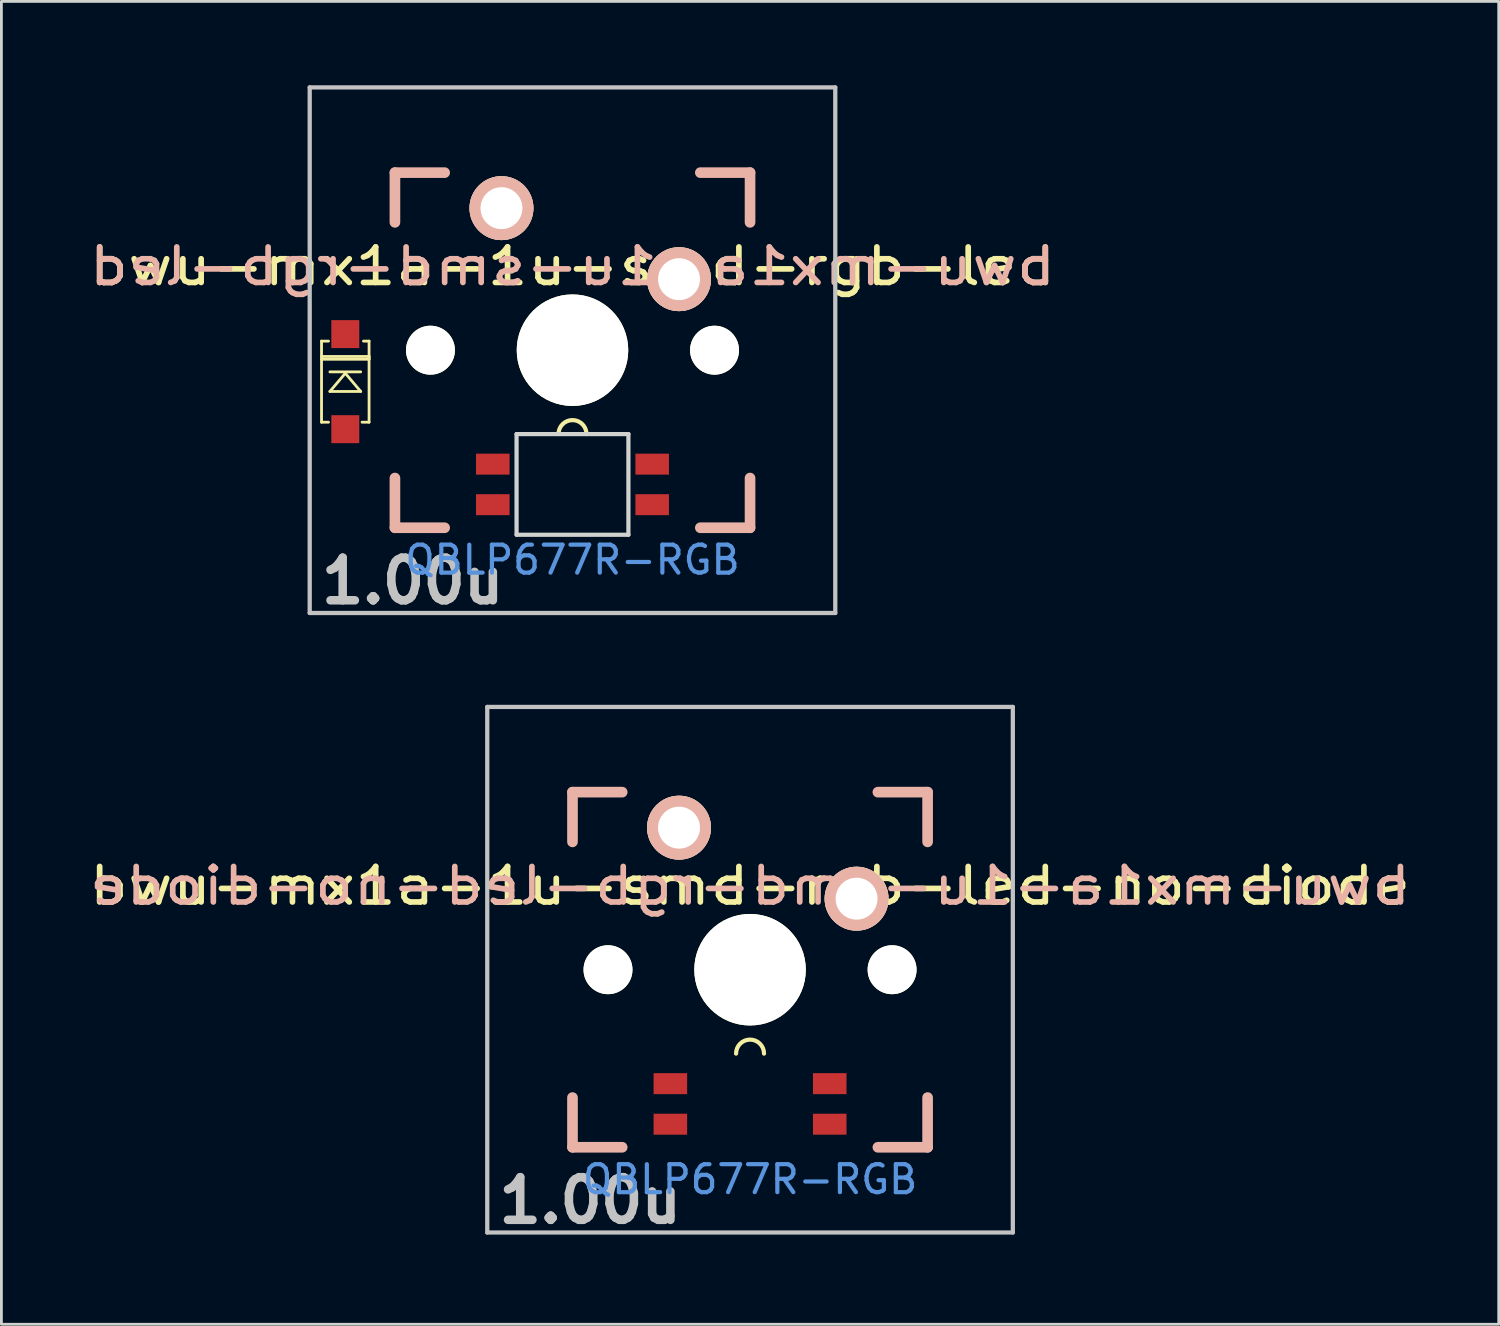
<source format=kicad_pcb>
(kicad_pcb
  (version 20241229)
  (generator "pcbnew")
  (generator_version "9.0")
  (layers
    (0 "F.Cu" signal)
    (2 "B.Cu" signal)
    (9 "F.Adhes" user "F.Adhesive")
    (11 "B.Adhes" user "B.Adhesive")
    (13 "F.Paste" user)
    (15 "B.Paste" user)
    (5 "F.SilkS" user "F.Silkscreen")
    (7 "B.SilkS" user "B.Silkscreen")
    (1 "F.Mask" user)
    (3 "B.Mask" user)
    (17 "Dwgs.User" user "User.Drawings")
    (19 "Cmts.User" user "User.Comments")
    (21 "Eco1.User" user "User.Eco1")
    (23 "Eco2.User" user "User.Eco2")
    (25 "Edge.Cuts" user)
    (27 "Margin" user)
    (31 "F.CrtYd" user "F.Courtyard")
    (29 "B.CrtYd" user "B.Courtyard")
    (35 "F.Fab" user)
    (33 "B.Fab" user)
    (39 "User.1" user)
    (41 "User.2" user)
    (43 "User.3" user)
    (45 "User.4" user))
  (footprint "bwu-mx1a-1u-smd-rgb-led"
    (layer "F.Cu")
    (at 17.424 9.474)
    (property "Reference" "bwu-mx1a-1u-smd-rgb-led" (at 0 -3 0) (layer "B.SilkS") (effects (font (size 1.27 1.524) (thickness 0.203)) (justify mirror)))
    (attr smd)
    (fp_line (start -8.975 -0.325) (end -8.975 2.575) (stroke (width 0.1) (type solid)) (layer "F.SilkS"))
    (fp_line (start -8.975 0.225) (end -7.275 0.225) (stroke (width 0.1) (type solid)) (layer "F.SilkS"))
    (fp_line (start -8.975 2.575) (end -8.725 2.575) (stroke (width 0.1) (type solid)) (layer "F.SilkS"))
    (fp_line (start -8.725 -0.325) (end -8.975 -0.325) (stroke (width 0.1) (type solid)) (layer "F.SilkS"))
    (fp_line (start -8.675 0.775) (end -7.575 0.775) (stroke (width 0.1) (type solid)) (layer "F.SilkS"))
    (fp_line (start -8.675 1.475) (end -7.575 1.475) (stroke (width 0.1) (type solid)) (layer "F.SilkS"))
    (fp_line (start -8.125 0.825) (end -8.675 1.475) (stroke (width 0.1) (type solid)) (layer "F.SilkS"))
    (fp_line (start -7.575 1.475) (end -8.125 0.825) (stroke (width 0.1) (type solid)) (layer "F.SilkS"))
    (fp_line (start -7.525 2.575) (end -7.275 2.575) (stroke (width 0.1) (type solid)) (layer "F.SilkS"))
    (fp_line (start -7.275 -0.325) (end -7.475 -0.325) (stroke (width 0.1) (type solid)) (layer "F.SilkS"))
    (fp_line (start -7.275 0.225) (end -7.275 0.325) (stroke (width 0.1) (type solid)) (layer "F.SilkS"))
    (fp_line (start -7.275 0.325) (end -8.975 0.325) (stroke (width 0.1) (type solid)) (layer "F.SilkS"))
    (fp_line (start -7.275 2.575) (end -7.275 -0.325) (stroke (width 0.1) (type solid)) (layer "F.SilkS"))
    (fp_arc (start -0.5 3) (mid 0 2.5) (end 0.5 3) (stroke (width 0.15) (type solid)) (layer "F.SilkS"))
    (fp_line (start -6.35 -6.35) (end -4.572 -6.35) (stroke (width 0.381) (type solid)) (layer "B.SilkS"))
    (fp_line (start -6.35 -4.572) (end -6.35 -6.35) (stroke (width 0.381) (type solid)) (layer "B.SilkS"))
    (fp_line (start -6.35 6.35) (end -6.35 4.572) (stroke (width 0.381) (type solid)) (layer "B.SilkS"))
    (fp_line (start -4.572 6.35) (end -6.35 6.35) (stroke (width 0.381) (type solid)) (layer "B.SilkS"))
    (fp_line (start 4.572 -6.35) (end 6.35 -6.35) (stroke (width 0.381) (type solid)) (layer "B.SilkS"))
    (fp_line (start 6.35 -6.35) (end 6.35 -4.572) (stroke (width 0.381) (type solid)) (layer "B.SilkS"))
    (fp_line (start 6.35 4.572) (end 6.35 6.35) (stroke (width 0.381) (type solid)) (layer "B.SilkS"))
    (fp_line (start 6.35 6.35) (end 4.572 6.35) (stroke (width 0.381) (type solid)) (layer "B.SilkS"))
    (fp_line (start -9.398 -9.398) (end 9.398 -9.398) (stroke (width 0.152) (type solid)) (layer "Dwgs.User"))
    (fp_line (start -9.398 9.398) (end -9.398 -9.398) (stroke (width 0.152) (type solid)) (layer "Dwgs.User"))
    (fp_line (start 9.398 -9.398) (end 9.398 9.398) (stroke (width 0.152) (type solid)) (layer "Dwgs.User"))
    (fp_line (start 9.398 9.398) (end -9.398 9.398) (stroke (width 0.152) (type solid)) (layer "Dwgs.User"))
    (fp_line (start -2 3) (end 2 3) (stroke (width 0.15) (type solid)) (layer "Edge.Cuts"))
    (fp_line (start -2 6.6) (end -2 3) (stroke (width 0.15) (type solid)) (layer "Edge.Cuts"))
    (fp_line (start 2 3) (end 2 6.6) (stroke (width 0.15) (type solid)) (layer "Edge.Cuts"))
    (fp_line (start 2 6.6) (end -2 6.6) (stroke (width 0.15) (type solid)) (layer "Edge.Cuts"))
    (fp_text user "${REFERENCE}" (at 0 -3 0) (layer "F.SilkS") (effects (font (size 1.27 1.524) (thickness 0.203))))
    (fp_text user "1.00u" (at -5.715 8.255 0) (layer "Dwgs.User") (effects (font (size 1.524 1.524) (thickness 0.305))))
    (fp_text user "QBLP677R-RGB" (at 0 7.5 0) (layer "Cmts.User") (effects (font (size 1 1) (thickness 0.15))))
    (pad "" np_thru_hole circle (at -5.08 0) (size 1.75 1.75) (drill 1.75) (layers "*.Cu" "*.Mask" "F.SilkS"))
    (pad "" np_thru_hole circle (at 0 0) (size 3.988 3.988) (drill 3.988) (layers "*.Cu" "*.Mask" "F.SilkS"))
    (pad "" np_thru_hole circle (at 5.08 0) (size 1.75 1.75) (drill 1.75) (layers "*.Cu" "*.Mask" "F.SilkS"))
    (pad "1" thru_hole circle (at -2.54 -5.08) (size 2.286 2.286) (drill 1.499) (layers "*.Cu" "*.SilkS" "*.Mask"))
    (pad "2" smd rect (at -8.125 -0.575 90) (size 1 1) (layers "F.Cu" "F.Mask" "F.Paste"))
    (pad "2" thru_hole circle (at 3.81 -2.54) (size 2.286 2.286) (drill 1.499) (layers "*.Cu" "*.SilkS" "*.Mask"))
    (pad "3" smd rect (at -8.125 2.825 90) (size 1 1) (layers "F.Cu" "F.Mask" "F.Paste"))
    (pad "4" smd rect (at 2.85 4.075) (size 1.2 0.75) (layers "F.Cu" "F.Mask" "F.Paste"))
    (pad "5" smd rect (at -2.85 4.075) (size 1.2 0.75) (layers "F.Cu" "F.Mask" "F.Paste"))
    (pad "6" smd rect (at 2.85 5.525) (size 1.2 0.75) (layers "F.Cu" "F.Mask" "F.Paste"))
    (pad "7" smd rect (at -2.85 5.525) (size 1.2 0.75) (layers "F.Cu" "F.Mask" "F.Paste")))
  (footprint "bwu-mx1a-1u-smd-rgb-led-no-diode"
    (layer "F.Cu")
    (at 23.774 31.63)
    (property "Reference" "bwu-mx1a-1u-smd-rgb-led-no-diode" (at 0 -3 0) (layer "B.SilkS") (effects (font (size 1.27 1.524) (thickness 0.203)) (justify mirror)))
    (attr smd)
    (fp_arc (start -0.5 3) (mid 0 2.5) (end 0.5 3) (stroke (width 0.15) (type solid)) (layer "F.SilkS"))
    (fp_line (start -6.35 -6.35) (end -4.572 -6.35) (stroke (width 0.381) (type solid)) (layer "B.SilkS"))
    (fp_line (start -6.35 -4.572) (end -6.35 -6.35) (stroke (width 0.381) (type solid)) (layer "B.SilkS"))
    (fp_line (start -6.35 6.35) (end -6.35 4.572) (stroke (width 0.381) (type solid)) (layer "B.SilkS"))
    (fp_line (start -4.572 6.35) (end -6.35 6.35) (stroke (width 0.381) (type solid)) (layer "B.SilkS"))
    (fp_line (start 4.572 -6.35) (end 6.35 -6.35) (stroke (width 0.381) (type solid)) (layer "B.SilkS"))
    (fp_line (start 6.35 -6.35) (end 6.35 -4.572) (stroke (width 0.381) (type solid)) (layer "B.SilkS"))
    (fp_line (start 6.35 4.572) (end 6.35 6.35) (stroke (width 0.381) (type solid)) (layer "B.SilkS"))
    (fp_line (start 6.35 6.35) (end 4.572 6.35) (stroke (width 0.381) (type solid)) (layer "B.SilkS"))
    (fp_line (start -9.398 -9.398) (end 9.398 -9.398) (stroke (width 0.152) (type solid)) (layer "Dwgs.User"))
    (fp_line (start -9.398 9.398) (end -9.398 -9.398) (stroke (width 0.152) (type solid)) (layer "Dwgs.User"))
    (fp_line (start 9.398 -9.398) (end 9.398 9.398) (stroke (width 0.152) (type solid)) (layer "Dwgs.User"))
    (fp_line (start 9.398 9.398) (end -9.398 9.398) (stroke (width 0.152) (type solid)) (layer "Dwgs.User"))
    (fp_line (start -2 3) (end 2 3) (stroke (width 0.15) (type solid)) (layer "Margin"))
    (fp_line (start -2 6.6) (end -2 3) (stroke (width 0.15) (type solid)) (layer "Margin"))
    (fp_line (start 2 3) (end 2 6.6) (stroke (width 0.15) (type solid)) (layer "Margin"))
    (fp_line (start 2 6.6) (end -2 6.6) (stroke (width 0.15) (type solid)) (layer "Margin"))
    (fp_text user "${REFERENCE}" (at 0 -3 0) (layer "F.SilkS") (effects (font (size 1.27 1.524) (thickness 0.203))))
    (fp_text user "1.00u" (at -5.715 8.255 0) (layer "Dwgs.User") (effects (font (size 1.524 1.524) (thickness 0.305))))
    (fp_text user "QBLP677R-RGB" (at 0 7.5 0) (layer "Cmts.User") (effects (font (size 1 1) (thickness 0.15))))
    (pad "" np_thru_hole circle (at -5.08 0) (size 1.75 1.75) (drill 1.75) (layers "*.Cu" "*.Mask" "F.SilkS"))
    (pad "" np_thru_hole circle (at 0 0) (size 3.988 3.988) (drill 3.988) (layers "*.Cu" "*.Mask" "F.SilkS"))
    (pad "" np_thru_hole circle (at 5.08 0) (size 1.75 1.75) (drill 1.75) (layers "*.Cu" "*.Mask" "F.SilkS"))
    (pad "1" thru_hole circle (at -2.54 -5.08) (size 2.286 2.286) (drill 1.499) (layers "*.Cu" "*.SilkS" "*.Mask"))
    (pad "2" thru_hole circle (at 3.81 -2.54) (size 2.286 2.286) (drill 1.499) (layers "*.Cu" "*.SilkS" "*.Mask"))
    (pad "4" smd rect (at 2.85 4.075) (size 1.2 0.75) (layers "F.Cu" "F.Mask" "F.Paste"))
    (pad "5" smd rect (at -2.85 4.075) (size 1.2 0.75) (layers "F.Cu" "F.Mask" "F.Paste"))
    (pad "6" smd rect (at 2.85 5.525) (size 1.2 0.75) (layers "F.Cu" "F.Mask" "F.Paste"))
    (pad "7" smd rect (at -2.85 5.525) (size 1.2 0.75) (layers "F.Cu" "F.Mask" "F.Paste")))
  (gr_rect
    (start -3 -3)
    (end 50.549 44.311)
    (stroke (width 0.1) (type default))
    (fill no)
    (layer "Edge.Cuts")))
</source>
